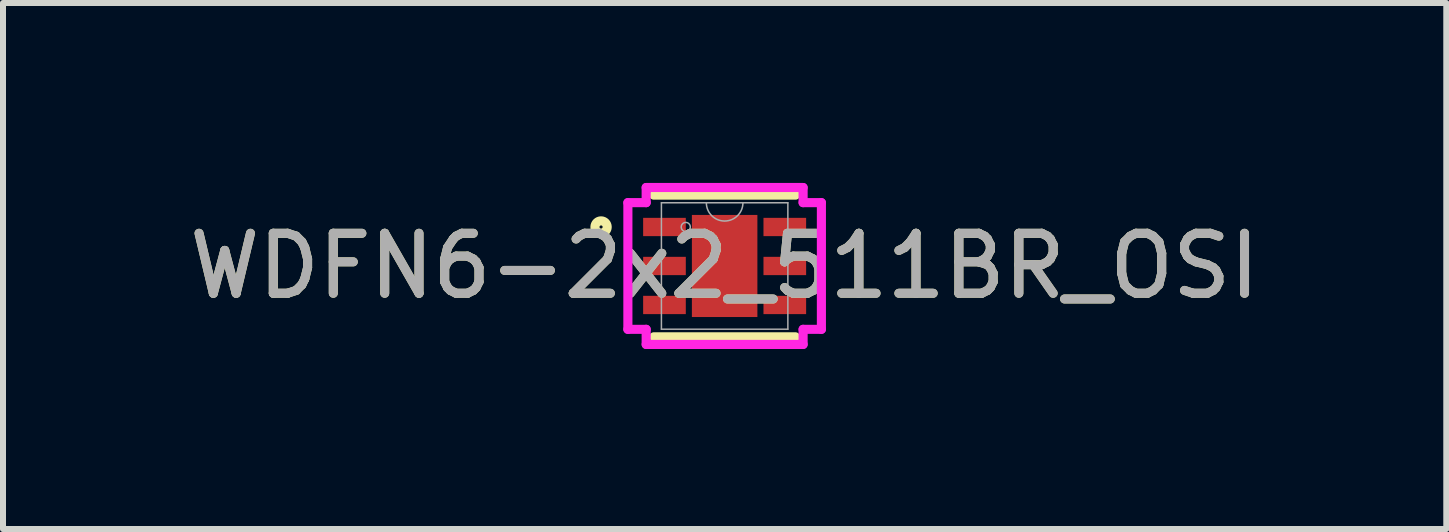
<source format=kicad_pcb>
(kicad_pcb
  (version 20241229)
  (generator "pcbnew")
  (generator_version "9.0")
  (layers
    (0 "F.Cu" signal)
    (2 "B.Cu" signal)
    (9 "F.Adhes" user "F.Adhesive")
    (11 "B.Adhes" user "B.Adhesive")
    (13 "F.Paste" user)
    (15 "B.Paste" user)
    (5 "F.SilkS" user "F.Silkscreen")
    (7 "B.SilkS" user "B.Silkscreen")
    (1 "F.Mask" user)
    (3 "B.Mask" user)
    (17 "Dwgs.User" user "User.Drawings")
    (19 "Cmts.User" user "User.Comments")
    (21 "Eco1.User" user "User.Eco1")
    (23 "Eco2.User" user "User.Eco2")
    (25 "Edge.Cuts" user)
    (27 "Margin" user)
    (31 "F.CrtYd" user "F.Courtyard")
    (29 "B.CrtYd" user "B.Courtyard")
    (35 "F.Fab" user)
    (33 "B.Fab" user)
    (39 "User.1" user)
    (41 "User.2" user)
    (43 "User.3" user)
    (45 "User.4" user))
  (footprint "WDFN6-2x2_511BR_OSI"
    (layer "F.Cu")
    (at 9.03 1.384)
    (property "Reference" "WDFN6-2x2_511BR_OSI" (at 0 0 0) (unlocked yes) (layer "F.SilkS") (effects (font (size 1 1) (thickness 0.15))))
    (attr smd)
    (fp_line (start -1.181 1.181) (end 1.181 1.181) (stroke (width 0.152) (type solid)) (layer "F.SilkS"))
    (fp_line (start 1.181 -1.181) (end -1.181 -1.181) (stroke (width 0.152) (type solid)) (layer "F.SilkS"))
    (fp_circle (center -2.06 -0.65) (end -1.958 -0.65) (stroke (width 0.152) (type solid)) (fill no) (layer "F.SilkS"))
    (fp_line (start -1.613 -1.056) (end -1.308 -1.056) (stroke (width 0.152) (type solid)) (layer "F.CrtYd"))
    (fp_line (start -1.613 1.056) (end -1.613 -1.056) (stroke (width 0.152) (type solid)) (layer "F.CrtYd"))
    (fp_line (start -1.613 1.056) (end -1.308 1.056) (stroke (width 0.152) (type solid)) (layer "F.CrtYd"))
    (fp_line (start -1.308 -1.308) (end 1.308 -1.308) (stroke (width 0.152) (type solid)) (layer "F.CrtYd"))
    (fp_line (start -1.308 -1.056) (end -1.308 -1.308) (stroke (width 0.152) (type solid)) (layer "F.CrtYd"))
    (fp_line (start -1.308 1.308) (end -1.308 1.056) (stroke (width 0.152) (type solid)) (layer "F.CrtYd"))
    (fp_line (start 1.308 -1.308) (end 1.308 -1.056) (stroke (width 0.152) (type solid)) (layer "F.CrtYd"))
    (fp_line (start 1.308 1.056) (end 1.308 1.308) (stroke (width 0.152) (type solid)) (layer "F.CrtYd"))
    (fp_line (start 1.308 1.308) (end -1.308 1.308) (stroke (width 0.152) (type solid)) (layer "F.CrtYd"))
    (fp_line (start 1.613 -1.056) (end 1.308 -1.056) (stroke (width 0.152) (type solid)) (layer "F.CrtYd"))
    (fp_line (start 1.613 -1.056) (end 1.613 1.056) (stroke (width 0.152) (type solid)) (layer "F.CrtYd"))
    (fp_line (start 1.613 1.056) (end 1.308 1.056) (stroke (width 0.152) (type solid)) (layer "F.CrtYd"))
    (fp_line (start -1.054 -1.054) (end -1.054 1.054) (stroke (width 0.025) (type solid)) (layer "F.Fab"))
    (fp_line (start -1.054 1.054) (end 1.054 1.054) (stroke (width 0.025) (type solid)) (layer "F.Fab"))
    (fp_line (start 1.054 -1.054) (end -1.054 -1.054) (stroke (width 0.025) (type solid)) (layer "F.Fab"))
    (fp_line (start 1.054 1.054) (end 1.054 -1.054) (stroke (width 0.025) (type solid)) (layer "F.Fab"))
    (fp_arc (start 0.3048 -1.0541) (mid 0 -0.7493) (end -0.3048 -1.0541) (stroke (width 0.0254) (type solid)) (layer "F.Fab"))
    (fp_circle (center -0.648 -0.65) (end -0.572 -0.65) (stroke (width 0.025) (type solid)) (fill no) (layer "F.Fab"))
    (fp_text user "${REFERENCE}" (at 0 0 0) (unlocked yes) (layer "F.Fab") (effects (font (size 1 1) (thickness 0.15))))
    (pad "1" smd rect (at -1.003 -0.65) (size 0.711 0.305) (layers "F.Cu" "F.Mask" "F.Paste"))
    (pad "2" smd rect (at -1.003 0) (size 0.711 0.305) (layers "F.Cu" "F.Mask" "F.Paste"))
    (pad "3" smd rect (at -1.003 0.65) (size 0.711 0.305) (layers "F.Cu" "F.Mask" "F.Paste"))
    (pad "4" smd rect (at 1.003 0.65) (size 0.711 0.305) (layers "F.Cu" "F.Mask" "F.Paste"))
    (pad "5" smd rect (at 1.003 0) (size 0.711 0.305) (layers "F.Cu" "F.Mask" "F.Paste"))
    (pad "6" smd rect (at 1.003 -0.65) (size 0.711 0.305) (layers "F.Cu" "F.Mask" "F.Paste"))
    (pad "7" smd rect (at 0 0) (size 1.092 1.702) (layers "F.Cu" "F.Mask" "F.Paste")))
  (gr_rect
    (start -3 -3)
    (end 21.06 5.769)
    (stroke (width 0.1) (type default))
    (fill no)
    (layer "Edge.Cuts")))
</source>
